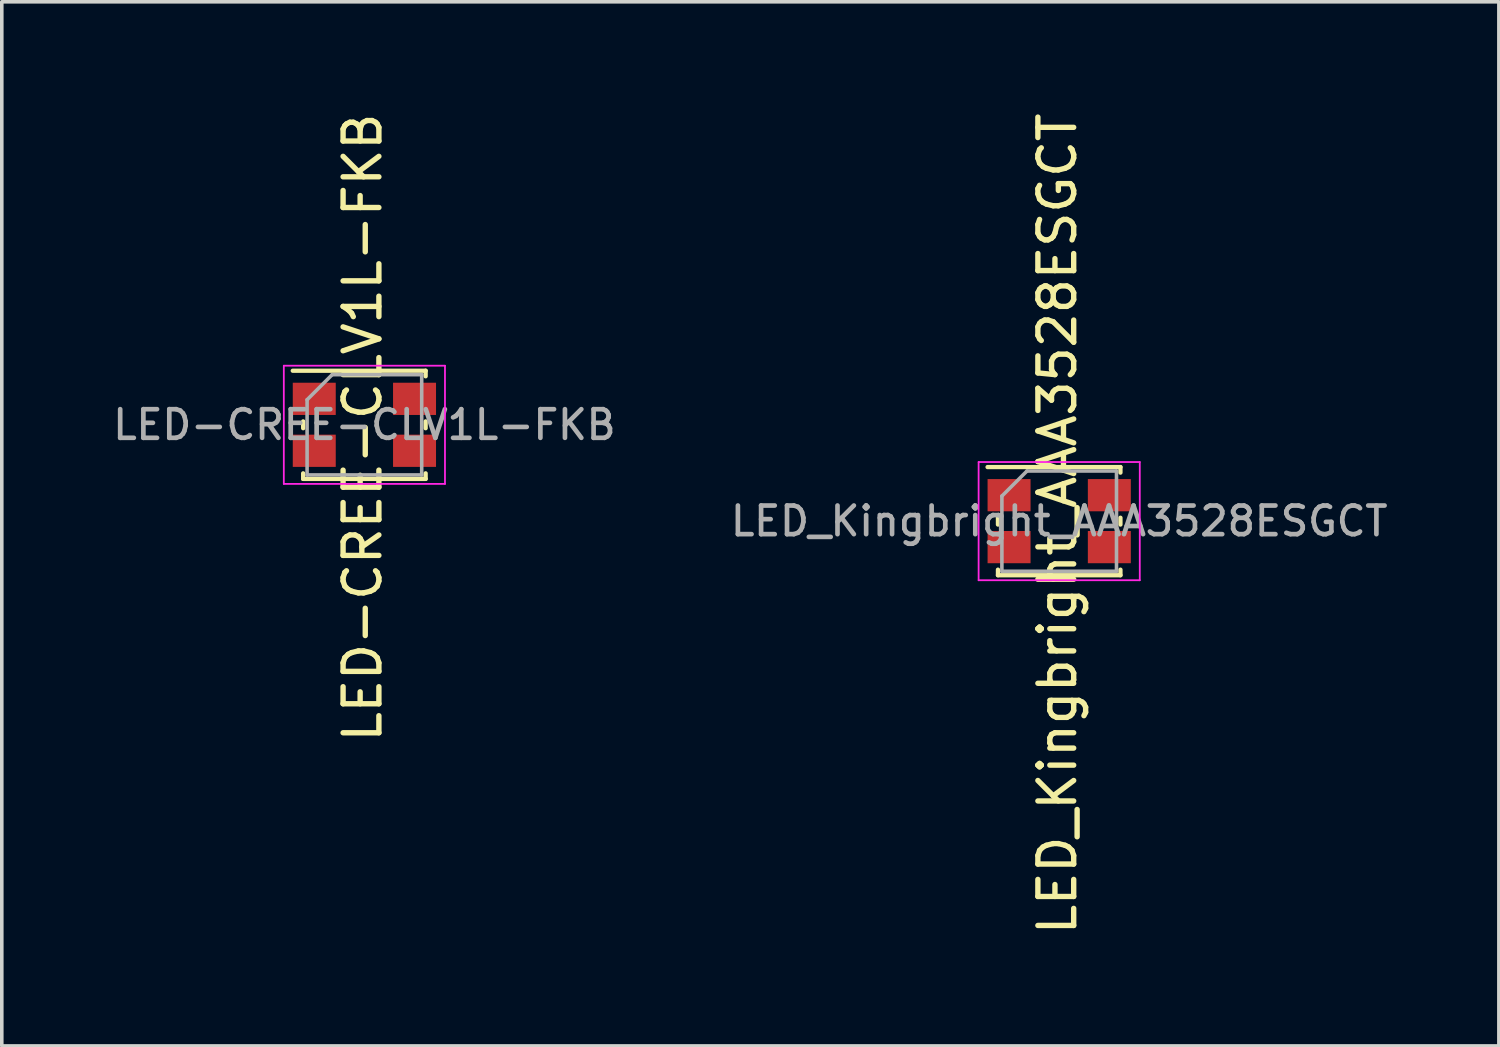
<source format=kicad_pcb>
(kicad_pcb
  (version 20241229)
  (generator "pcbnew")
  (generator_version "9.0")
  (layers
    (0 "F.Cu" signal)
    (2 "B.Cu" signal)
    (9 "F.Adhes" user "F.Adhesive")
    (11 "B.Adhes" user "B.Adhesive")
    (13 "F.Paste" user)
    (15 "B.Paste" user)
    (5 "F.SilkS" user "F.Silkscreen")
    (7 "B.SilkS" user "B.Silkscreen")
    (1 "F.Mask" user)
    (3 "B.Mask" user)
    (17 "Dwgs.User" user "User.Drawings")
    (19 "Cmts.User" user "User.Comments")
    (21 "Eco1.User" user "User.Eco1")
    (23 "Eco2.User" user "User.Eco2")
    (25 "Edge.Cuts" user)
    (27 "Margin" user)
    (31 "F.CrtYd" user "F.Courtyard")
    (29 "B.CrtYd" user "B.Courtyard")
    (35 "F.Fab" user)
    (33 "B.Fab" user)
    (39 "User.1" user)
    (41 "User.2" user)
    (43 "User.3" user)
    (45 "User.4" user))
  (footprint "LED_Kingbright_AAA3528ESGCT"
    (layer "F.Cu")
    (at 26.526 11.502)
    (property "Reference" "LED_Kingbright_AAA3528ESGCT" (at -0.05 0.075 90) (layer "F.SilkS") (effects (font (size 1 1) (thickness 0.15))))
    (attr smd)
    (fp_line (start -2 -1.51) (end 1.71 -1.51) (stroke (width 0.12) (type solid)) (layer "F.SilkS"))
    (fp_line (start -1.71 -0.095) (end -1.71 0.095) (stroke (width 0.12) (type solid)) (layer "F.SilkS"))
    (fp_line (start -1.71 1.355) (end -1.71 1.51) (stroke (width 0.12) (type solid)) (layer "F.SilkS"))
    (fp_line (start -1.71 1.51) (end 1.71 1.51) (stroke (width 0.12) (type solid)) (layer "F.SilkS"))
    (fp_line (start 1.71 1.355) (end 1.71 1.51) (stroke (width 0.12) (type solid)) (layer "F.SilkS"))
    (fp_line (start 1.71 -1.355) (end 1.71 -1.51) (stroke (width 0.12) (type solid)) (layer "F.SilkS"))
    (fp_line (start 1.71 -0.095) (end 1.71 0.095) (stroke (width 0.12) (type solid)) (layer "F.SilkS"))
    (fp_line (start -2.25 -1.65) (end -2.25 1.65) (stroke (width 0.05) (type solid)) (layer "F.CrtYd"))
    (fp_line (start -2.25 -1.65) (end 2.25 -1.65) (stroke (width 0.05) (type solid)) (layer "F.CrtYd"))
    (fp_line (start -2.25 1.65) (end 2.25 1.65) (stroke (width 0.05) (type solid)) (layer "F.CrtYd"))
    (fp_line (start 2.25 -1.65) (end 2.25 1.65) (stroke (width 0.05) (type solid)) (layer "F.CrtYd"))
    (fp_line (start -1.6 1.4) (end -1.6 -0.7) (stroke (width 0.1) (type solid)) (layer "F.Fab"))
    (fp_line (start -0.9 -1.4) (end -1.6 -0.7) (stroke (width 0.1) (type solid)) (layer "F.Fab"))
    (fp_line (start -0.9 -1.4) (end 1.6 -1.4) (stroke (width 0.1) (type solid)) (layer "F.Fab"))
    (fp_line (start 1.6 -1.4) (end 1.6 1.4) (stroke (width 0.1) (type solid)) (layer "F.Fab"))
    (fp_line (start 1.6 1.4) (end -1.6 1.4) (stroke (width 0.1) (type solid)) (layer "F.Fab"))
    (fp_text user "${REFERENCE}" (at 0 0 0) (layer "F.Fab") (effects (font (size 0.8 0.8) (thickness 0.13))))
    (pad "1" smd rect (at -1.4 -0.725) (size 1.2 0.9) (layers "F.Cu" "F.Mask" "F.Paste"))
    (pad "2" smd rect (at 1.4 -0.725) (size 1.2 0.9) (layers "F.Cu" "F.Mask" "F.Paste"))
    (pad "3" smd rect (at 1.4 0.725) (size 1.2 0.9) (layers "F.Cu" "F.Mask" "F.Paste"))
    (pad "4" smd rect (at -1.4 0.725) (size 1.2 0.9) (layers "F.Cu" "F.Mask" "F.Paste")))
  (footprint "LED-CREE-CLV1L-FKB"
    (layer "F.Cu")
    (at 7.125 8.812)
    (property "Reference" "LED-CREE-CLV1L-FKB" (at -0.05 0.075 90) (layer "F.SilkS") (effects (font (size 1 1) (thickness 0.15))))
    (attr smd)
    (fp_line (start -2 -1.51) (end 1.71 -1.51) (stroke (width 0.12) (type solid)) (layer "F.SilkS"))
    (fp_line (start -1.71 -0.095) (end -1.71 0.095) (stroke (width 0.12) (type solid)) (layer "F.SilkS"))
    (fp_line (start -1.71 1.355) (end -1.71 1.51) (stroke (width 0.12) (type solid)) (layer "F.SilkS"))
    (fp_line (start -1.71 1.51) (end 1.71 1.51) (stroke (width 0.12) (type solid)) (layer "F.SilkS"))
    (fp_line (start 1.71 1.355) (end 1.71 1.51) (stroke (width 0.12) (type solid)) (layer "F.SilkS"))
    (fp_line (start 1.71 -1.355) (end 1.71 -1.51) (stroke (width 0.12) (type solid)) (layer "F.SilkS"))
    (fp_line (start 1.71 -0.095) (end 1.71 0.095) (stroke (width 0.12) (type solid)) (layer "F.SilkS"))
    (fp_line (start -2.25 -1.65) (end -2.25 1.65) (stroke (width 0.05) (type solid)) (layer "F.CrtYd"))
    (fp_line (start -2.25 -1.65) (end 2.25 -1.65) (stroke (width 0.05) (type solid)) (layer "F.CrtYd"))
    (fp_line (start -2.25 1.65) (end 2.25 1.65) (stroke (width 0.05) (type solid)) (layer "F.CrtYd"))
    (fp_line (start 2.25 -1.65) (end 2.25 1.65) (stroke (width 0.05) (type solid)) (layer "F.CrtYd"))
    (fp_line (start -1.6 1.4) (end -1.6 -0.7) (stroke (width 0.1) (type solid)) (layer "F.Fab"))
    (fp_line (start -0.9 -1.4) (end -1.6 -0.7) (stroke (width 0.1) (type solid)) (layer "F.Fab"))
    (fp_line (start -0.9 -1.4) (end 1.6 -1.4) (stroke (width 0.1) (type solid)) (layer "F.Fab"))
    (fp_line (start 1.6 -1.4) (end 1.6 1.4) (stroke (width 0.1) (type solid)) (layer "F.Fab"))
    (fp_line (start 1.6 1.4) (end -1.6 1.4) (stroke (width 0.1) (type solid)) (layer "F.Fab"))
    (fp_text user "${REFERENCE}" (at 0 0 0) (layer "F.Fab") (effects (font (size 0.8 0.8) (thickness 0.13))))
    (pad "1" smd rect (at -1.4 -0.725) (size 1.2 0.9) (layers "F.Cu" "F.Mask" "F.Paste"))
    (pad "2" smd rect (at -1.4 0.725) (size 1.2 0.9) (layers "F.Cu" "F.Mask" "F.Paste"))
    (pad "3" smd rect (at 1.4 0.725) (size 1.2 0.9) (layers "F.Cu" "F.Mask" "F.Paste"))
    (pad "4" smd rect (at 1.4 -0.725) (size 1.2 0.9) (layers "F.Cu" "F.Mask" "F.Paste")))
  (gr_rect
    (start -3 -3)
    (end 38.803 26.155)
    (stroke (width 0.1) (type default))
    (fill no)
    (layer "Edge.Cuts")))
</source>
